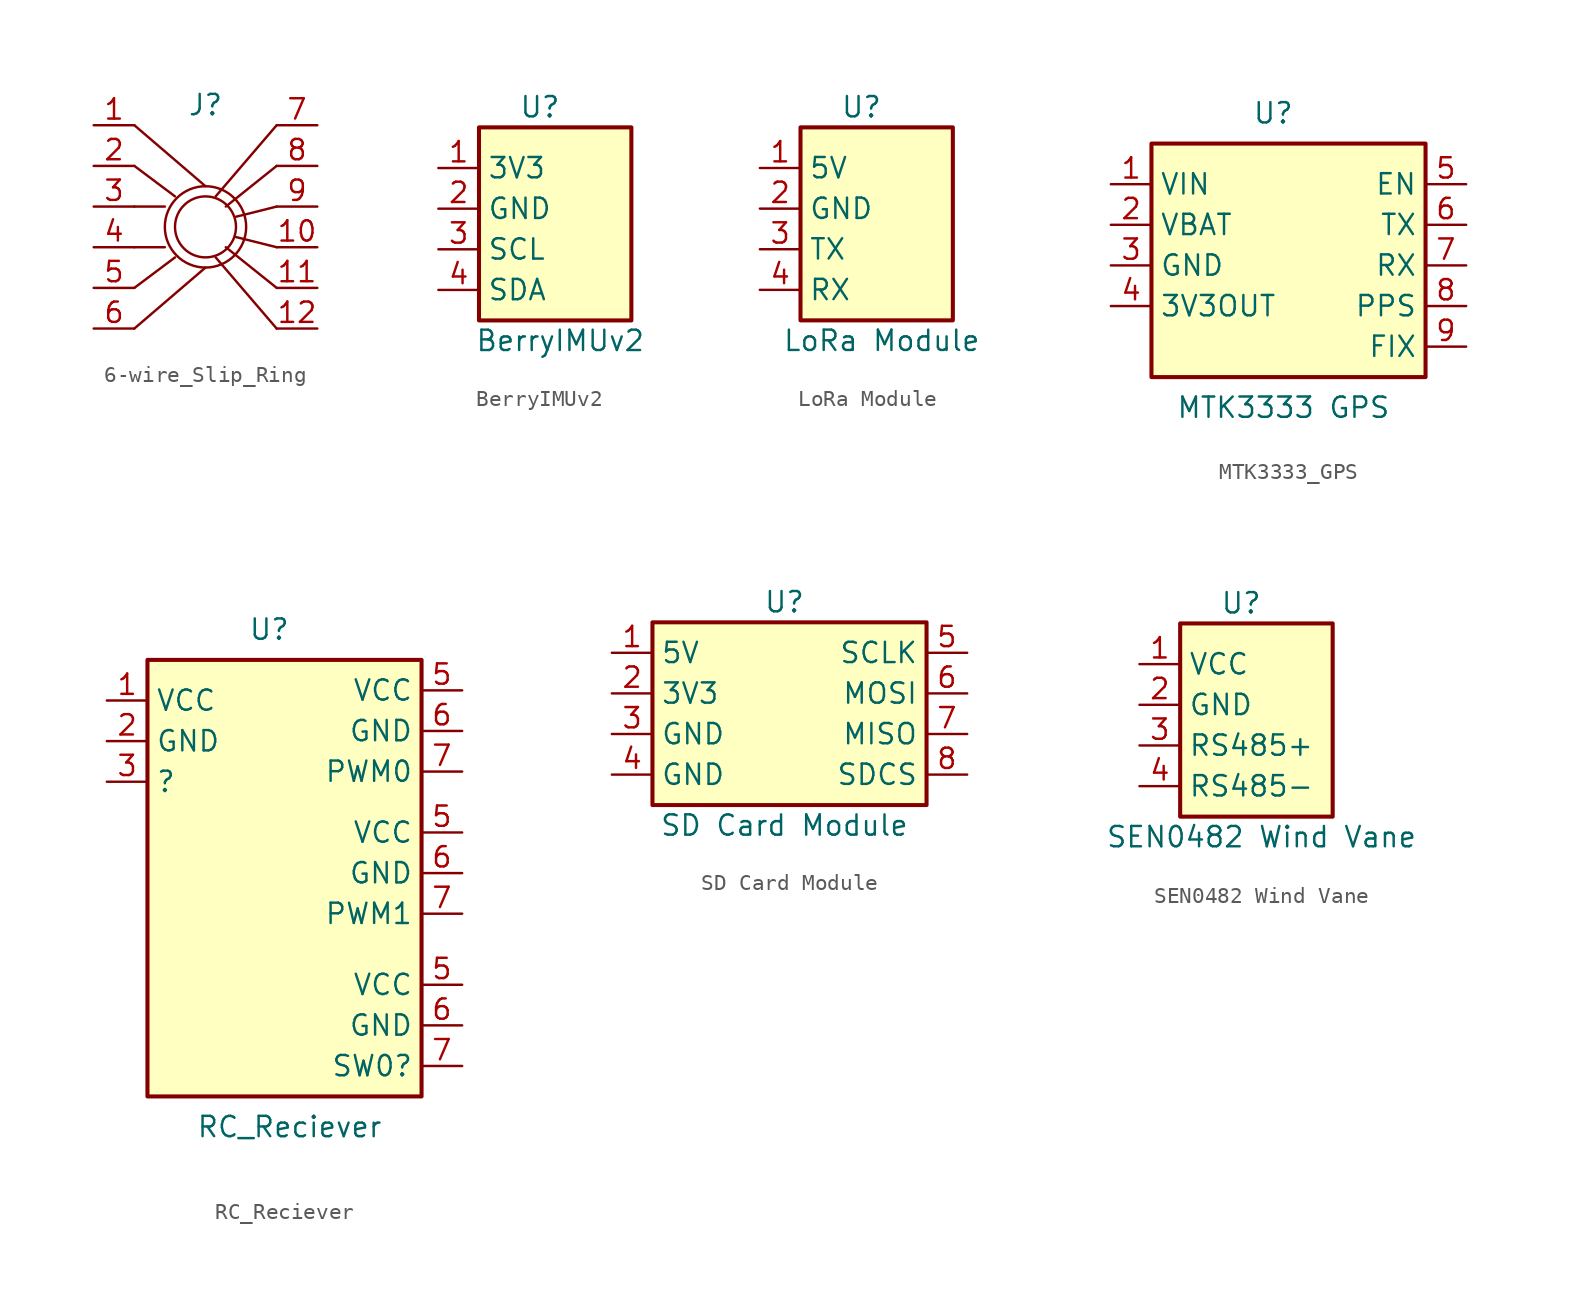
<source format=kicad_sym>
(kicad_symbol_lib
  (version 20220914)
  (generator kicad_symbol_editor)
  (symbol "6-wire_Slip_Ring"
    (property "Reference" "J"
      (at 0 7.62 0)
      (effects (font (size 1.27 1.27))))
    (property "Value" ""
      (at 0 1.27 0)
      (effects (font (size 1.27 1.27))))
    (symbol "6-wire_Slip_Ring_1_1"
      (polyline (pts (xy -4.445 -6.35) (xy 0 -2.54)) (stroke (width 0) (type default)) (fill (type none)))
      (polyline (pts (xy -4.445 -3.81) (xy -1.905 -1.905)) (stroke (width 0) (type default)) (fill (type none)))
      (polyline (pts (xy -4.445 -1.27) (xy -2.54 -1.27)) (stroke (width 0) (type default)) (fill (type none)))
      (polyline (pts (xy -4.445 1.27) (xy -2.54 1.27)) (stroke (width 0) (type default)) (fill (type none)))
      (polyline (pts (xy -4.445 3.81) (xy -1.905 1.905)) (stroke (width 0) (type default)) (fill (type none)))
      (polyline (pts (xy -4.445 6.35) (xy 0 2.54)) (stroke (width 0) (type default)) (fill (type none)))
      (polyline (pts (xy 4.445 -6.35) (xy 0.635 -1.905)) (stroke (width 0) (type default)) (fill (type none)))
      (polyline (pts (xy 4.445 -3.81) (xy 1.27 -1.27)) (stroke (width 0) (type default)) (fill (type none)))
      (polyline (pts (xy 4.445 -1.27) (xy 1.905 -0.635)) (stroke (width 0) (type default)) (fill (type none)))
      (polyline (pts (xy 4.445 1.27) (xy 1.905 0.635)) (stroke (width 0) (type default)) (fill (type none)))
      (polyline (pts (xy 4.445 3.81) (xy 1.27 1.27)) (stroke (width 0) (type default)) (fill (type none)))
      (polyline (pts (xy 4.445 6.35) (xy 0.635 1.905)) (stroke (width 0) (type default)) (fill (type none)))
      (circle (center 0 0) (radius 1.905) (stroke (width 0) (type default)) (fill (type none)))
      (circle (center 0 0) (radius 2.54) (stroke (width 0) (type default)) (fill (type none)))
      (pin passive line (at -6.985 6.35 0) (length 2.54) (name "" (effects (font (size 1.27 1.27)))) (number "1" (effects (font (size 1.27 1.27)))))
      (pin passive line (at 6.985 -1.27 180) (length 2.54) (name "" (effects (font (size 1.27 1.27)))) (number "10" (effects (font (size 1.27 1.27)))))
      (pin passive line (at 6.985 -3.81 180) (length 2.54) (name "" (effects (font (size 1.27 1.27)))) (number "11" (effects (font (size 1.27 1.27)))))
      (pin passive line (at 6.985 -6.35 180) (length 2.54) (name "" (effects (font (size 1.27 1.27)))) (number "12" (effects (font (size 1.27 1.27)))))
      (pin passive line (at -6.985 3.81 0) (length 2.54) (name "" (effects (font (size 1.27 1.27)))) (number "2" (effects (font (size 1.27 1.27)))))
      (pin passive line (at -6.985 1.27 0) (length 2.54) (name "" (effects (font (size 1.27 1.27)))) (number "3" (effects (font (size 1.27 1.27)))))
      (pin passive line (at -6.985 -1.27 0) (length 2.54) (name "" (effects (font (size 1.27 1.27)))) (number "4" (effects (font (size 1.27 1.27)))))
      (pin passive line (at -6.985 -3.81 0) (length 2.54) (name "" (effects (font (size 1.27 1.27)))) (number "5" (effects (font (size 1.27 1.27)))))
      (pin passive line (at -6.985 -6.35 0) (length 2.54) (name "" (effects (font (size 1.27 1.27)))) (number "6" (effects (font (size 1.27 1.27)))))
      (pin passive line (at 6.985 6.35 180) (length 2.54) (name "" (effects (font (size 1.27 1.27)))) (number "7" (effects (font (size 1.27 1.27)))))
      (pin passive line (at 6.985 3.81 180) (length 2.54) (name "" (effects (font (size 1.27 1.27)))) (number "8" (effects (font (size 1.27 1.27)))))
      (pin passive line (at 6.985 1.27 180) (length 2.54) (name "" (effects (font (size 1.27 1.27)))) (number "9" (effects (font (size 1.27 1.27)))))))
  (symbol "BerryIMUv2"
    (property "Reference" "U"
      (at -1.905 -1.27 0)
      (effects (font (size 1.27 1.27))))
    (property "Value" "BerryIMUv2"
      (at -0.635 -15.875 0)
      (effects (font (size 1.27 1.27))))
    (symbol "BerryIMUv2_0_1"
      (rectangle (start -5.715 -2.54) (end 3.81 -14.605) (stroke (width 0.254) (type default)) (fill (type background))))
    (symbol "BerryIMUv2_1_1"
      (pin power_in line (at -8.255 -5.08 0) (length 2.54) (name "3V3" (effects (font (size 1.27 1.27)))) (number "1" (effects (font (size 1.27 1.27)))))
      (pin power_in line (at -8.255 -7.62 0) (length 2.54) (name "GND" (effects (font (size 1.27 1.27)))) (number "2" (effects (font (size 1.27 1.27)))))
      (pin bidirectional line (at -8.255 -10.16 0) (length 2.54) (name "SCL" (effects (font (size 1.27 1.27)))) (number "3" (effects (font (size 1.27 1.27)))))
      (pin bidirectional line (at -8.255 -12.7 0) (length 2.54) (name "SDA" (effects (font (size 1.27 1.27)))) (number "4" (effects (font (size 1.27 1.27)))))))
  (symbol "LoRa Module"
    (property "Reference" "U"
      (at -1.905 -1.27 0)
      (effects (font (size 1.27 1.27))))
    (property "Value" "LoRa Module"
      (at -0.635 -15.875 0)
      (effects (font (size 1.27 1.27))))
    (symbol "LoRa Module_0_1"
      (rectangle (start -5.715 -2.54) (end 3.81 -14.605) (stroke (width 0.254) (type default)) (fill (type background))))
    (symbol "LoRa Module_1_1"
      (pin power_in line (at -8.255 -5.08 0) (length 2.54) (name "5V" (effects (font (size 1.27 1.27)))) (number "1" (effects (font (size 1.27 1.27)))))
      (pin power_in line (at -8.255 -7.62 0) (length 2.54) (name "GND" (effects (font (size 1.27 1.27)))) (number "2" (effects (font (size 1.27 1.27)))))
      (pin bidirectional line (at -8.255 -10.16 0) (length 2.54) (name "TX" (effects (font (size 1.27 1.27)))) (number "3" (effects (font (size 1.27 1.27)))))
      (pin bidirectional line (at -8.255 -12.7 0) (length 2.54) (name "RX" (effects (font (size 1.27 1.27)))) (number "4" (effects (font (size 1.27 1.27)))))))
  (symbol "MTK3333_GPS"
    (property "Reference" "U"
      (at 1.905 8.255 0)
      (effects (font (size 1.27 1.27))))
    (property "Value" "MTK3333 GPS"
      (at 2.54 -10.16 0)
      (effects (font (size 1.27 1.27))))
    (symbol "MTK3333_GPS_0_1"
      (rectangle (start -5.715 6.35) (end 11.43 -8.255) (stroke (width 0.254) (type default)) (fill (type background))))
    (symbol "MTK3333_GPS_1_1"
      (pin power_in line (at -8.255 3.81 0) (length 2.54) (name "VIN" (effects (font (size 1.27 1.27)))) (number "1" (effects (font (size 1.27 1.27)))))
      (pin power_in line (at -8.255 1.27 0) (length 2.54) (name "VBAT" (effects (font (size 1.27 1.27)))) (number "2" (effects (font (size 1.27 1.27)))))
      (pin input line (at -8.255 -1.27 0) (length 2.54) (name "GND" (effects (font (size 1.27 1.27)))) (number "3" (effects (font (size 1.27 1.27)))))
      (pin power_out line (at -8.255 -3.81 0) (length 2.54) (name "3V3OUT" (effects (font (size 1.27 1.27)))) (number "4" (effects (font (size 1.27 1.27)))))
      (pin input line (at 13.97 3.81 180) (length 2.54) (name "EN" (effects (font (size 1.27 1.27)))) (number "5" (effects (font (size 1.27 1.27)))))
      (pin output line (at 13.97 1.27 180) (length 2.54) (name "TX" (effects (font (size 1.27 1.27)))) (number "6" (effects (font (size 1.27 1.27)))))
      (pin input line (at 13.97 -1.27 180) (length 2.54) (name "RX" (effects (font (size 1.27 1.27)))) (number "7" (effects (font (size 1.27 1.27)))))
      (pin output line (at 13.97 -3.81 180) (length 2.54) (name "PPS" (effects (font (size 1.27 1.27)))) (number "8" (effects (font (size 1.27 1.27)))))
      (pin output line (at 13.97 -6.35 180) (length 2.54) (name "FIX" (effects (font (size 1.27 1.27)))) (number "9" (effects (font (size 1.27 1.27)))))))
  (symbol "RC_Reciever"
    (property "Reference" "U"
      (at 1.905 8.255 0)
      (effects (font (size 1.27 1.27))))
    (property "Value" "RC_Reciever"
      (at 3.175 -22.86 0)
      (effects (font (size 1.27 1.27))))
    (symbol "RC_Reciever_0_1"
      (rectangle (start -5.715 6.35) (end 11.43 -20.955) (stroke (width 0.254) (type default)) (fill (type background))))
    (symbol "RC_Reciever_1_1"
      (pin power_in line (at -8.255 3.81 0) (length 2.54) (name "VCC" (effects (font (size 1.27 1.27)))) (number "1" (effects (font (size 1.27 1.27)))))
      (pin power_in line (at -8.255 1.27 0) (length 2.54) (name "GND" (effects (font (size 1.27 1.27)))) (number "2" (effects (font (size 1.27 1.27)))))
      (pin power_in line (at -8.255 -1.27 0) (length 2.54) (name "?" (effects (font (size 1.27 1.27)))) (number "3" (effects (font (size 1.27 1.27)))))
      (pin power_out line (at 13.97 -13.97 180) (length 2.54) (name "VCC" (effects (font (size 1.27 1.27)))) (number "5" (effects (font (size 1.27 1.27)))))
      (pin power_out line (at 13.97 -4.445 180) (length 2.54) (name "VCC" (effects (font (size 1.27 1.27)))) (number "5" (effects (font (size 1.27 1.27)))))
      (pin power_out line (at 13.97 4.445 180) (length 2.54) (name "VCC" (effects (font (size 1.27 1.27)))) (number "5" (effects (font (size 1.27 1.27)))))
      (pin power_out line (at 13.97 -16.51 180) (length 2.54) (name "GND" (effects (font (size 1.27 1.27)))) (number "6" (effects (font (size 1.27 1.27)))))
      (pin power_out line (at 13.97 -6.985 180) (length 2.54) (name "GND" (effects (font (size 1.27 1.27)))) (number "6" (effects (font (size 1.27 1.27)))))
      (pin power_out line (at 13.97 1.905 180) (length 2.54) (name "GND" (effects (font (size 1.27 1.27)))) (number "6" (effects (font (size 1.27 1.27)))))
      (pin output line (at 13.97 -0.635 180) (length 2.54) (name "PWM0" (effects (font (size 1.27 1.27)))) (number "7" (effects (font (size 1.27 1.27)))))
      (pin output line (at 13.97 -9.525 180) (length 2.54) (name "PWM1" (effects (font (size 1.27 1.27)))) (number "7" (effects (font (size 1.27 1.27)))))
      (pin output line (at 13.97 -19.05 180) (length 2.54) (name "SW0?" (effects (font (size 1.27 1.27)))) (number "7" (effects (font (size 1.27 1.27)))))))
  (symbol "SD Card Module"
    (property "Reference" "U"
      (at 2.54 6.985 0)
      (effects (font (size 1.27 1.27))))
    (property "Value" "SD Card Module"
      (at 2.54 -6.985 0)
      (effects (font (size 1.27 1.27))))
    (symbol "SD Card Module_0_1"
      (rectangle (start -5.715 5.715) (end 11.43 -5.715) (stroke (width 0.254) (type default)) (fill (type background))))
    (symbol "SD Card Module_1_1"
      (pin power_in line (at -8.255 3.81 0) (length 2.54) (name "5V" (effects (font (size 1.27 1.27)))) (number "1" (effects (font (size 1.27 1.27)))))
      (pin power_in line (at -8.255 1.27 0) (length 2.54) (name "3V3" (effects (font (size 1.27 1.27)))) (number "2" (effects (font (size 1.27 1.27)))))
      (pin input line (at -8.255 -1.27 0) (length 2.54) (name "GND" (effects (font (size 1.27 1.27)))) (number "3" (effects (font (size 1.27 1.27)))))
      (pin power_out line (at -8.255 -3.81 0) (length 2.54) (name "GND" (effects (font (size 1.27 1.27)))) (number "4" (effects (font (size 1.27 1.27)))))
      (pin input line (at 13.97 3.81 180) (length 2.54) (name "SCLK" (effects (font (size 1.27 1.27)))) (number "5" (effects (font (size 1.27 1.27)))))
      (pin input line (at 13.97 1.27 180) (length 2.54) (name "MOSI" (effects (font (size 1.27 1.27)))) (number "6" (effects (font (size 1.27 1.27)))))
      (pin output line (at 13.97 -1.27 180) (length 2.54) (name "MISO" (effects (font (size 1.27 1.27)))) (number "7" (effects (font (size 1.27 1.27)))))
      (pin input line (at 13.97 -3.81 180) (length 2.54) (name "SDCS" (effects (font (size 1.27 1.27)))) (number "8" (effects (font (size 1.27 1.27)))))))
  (symbol "SEN0482 Wind Vane"
    (property "Reference" "U"
      (at -1.905 -1.27 0)
      (effects (font (size 1.27 1.27))))
    (property "Value" "SEN0482 Wind Vane"
      (at -0.635 -15.875 0)
      (effects (font (size 1.27 1.27))))
    (symbol "SEN0482 Wind Vane_1_1"
      (rectangle (start -5.715 -2.54) (end 3.81 -14.605) (stroke (width 0.254) (type default)) (fill (type background)))
      (pin power_in line (at -8.255 -5.08 0) (length 2.54) (name "VCC" (effects (font (size 1.27 1.27)))) (number "1" (effects (font (size 1.27 1.27)))))
      (pin power_in line (at -8.255 -7.62 0) (length 2.54) (name "GND" (effects (font (size 1.27 1.27)))) (number "2" (effects (font (size 1.27 1.27)))))
      (pin bidirectional line (at -8.255 -10.16 0) (length 2.54) (name "RS485+" (effects (font (size 1.27 1.27)))) (number "3" (effects (font (size 1.27 1.27)))))
      (pin bidirectional line (at -8.255 -12.7 0) (length 2.54) (name "RS485-" (effects (font (size 1.27 1.27)))) (number "4" (effects (font (size 1.27 1.27))))))))
</source>
